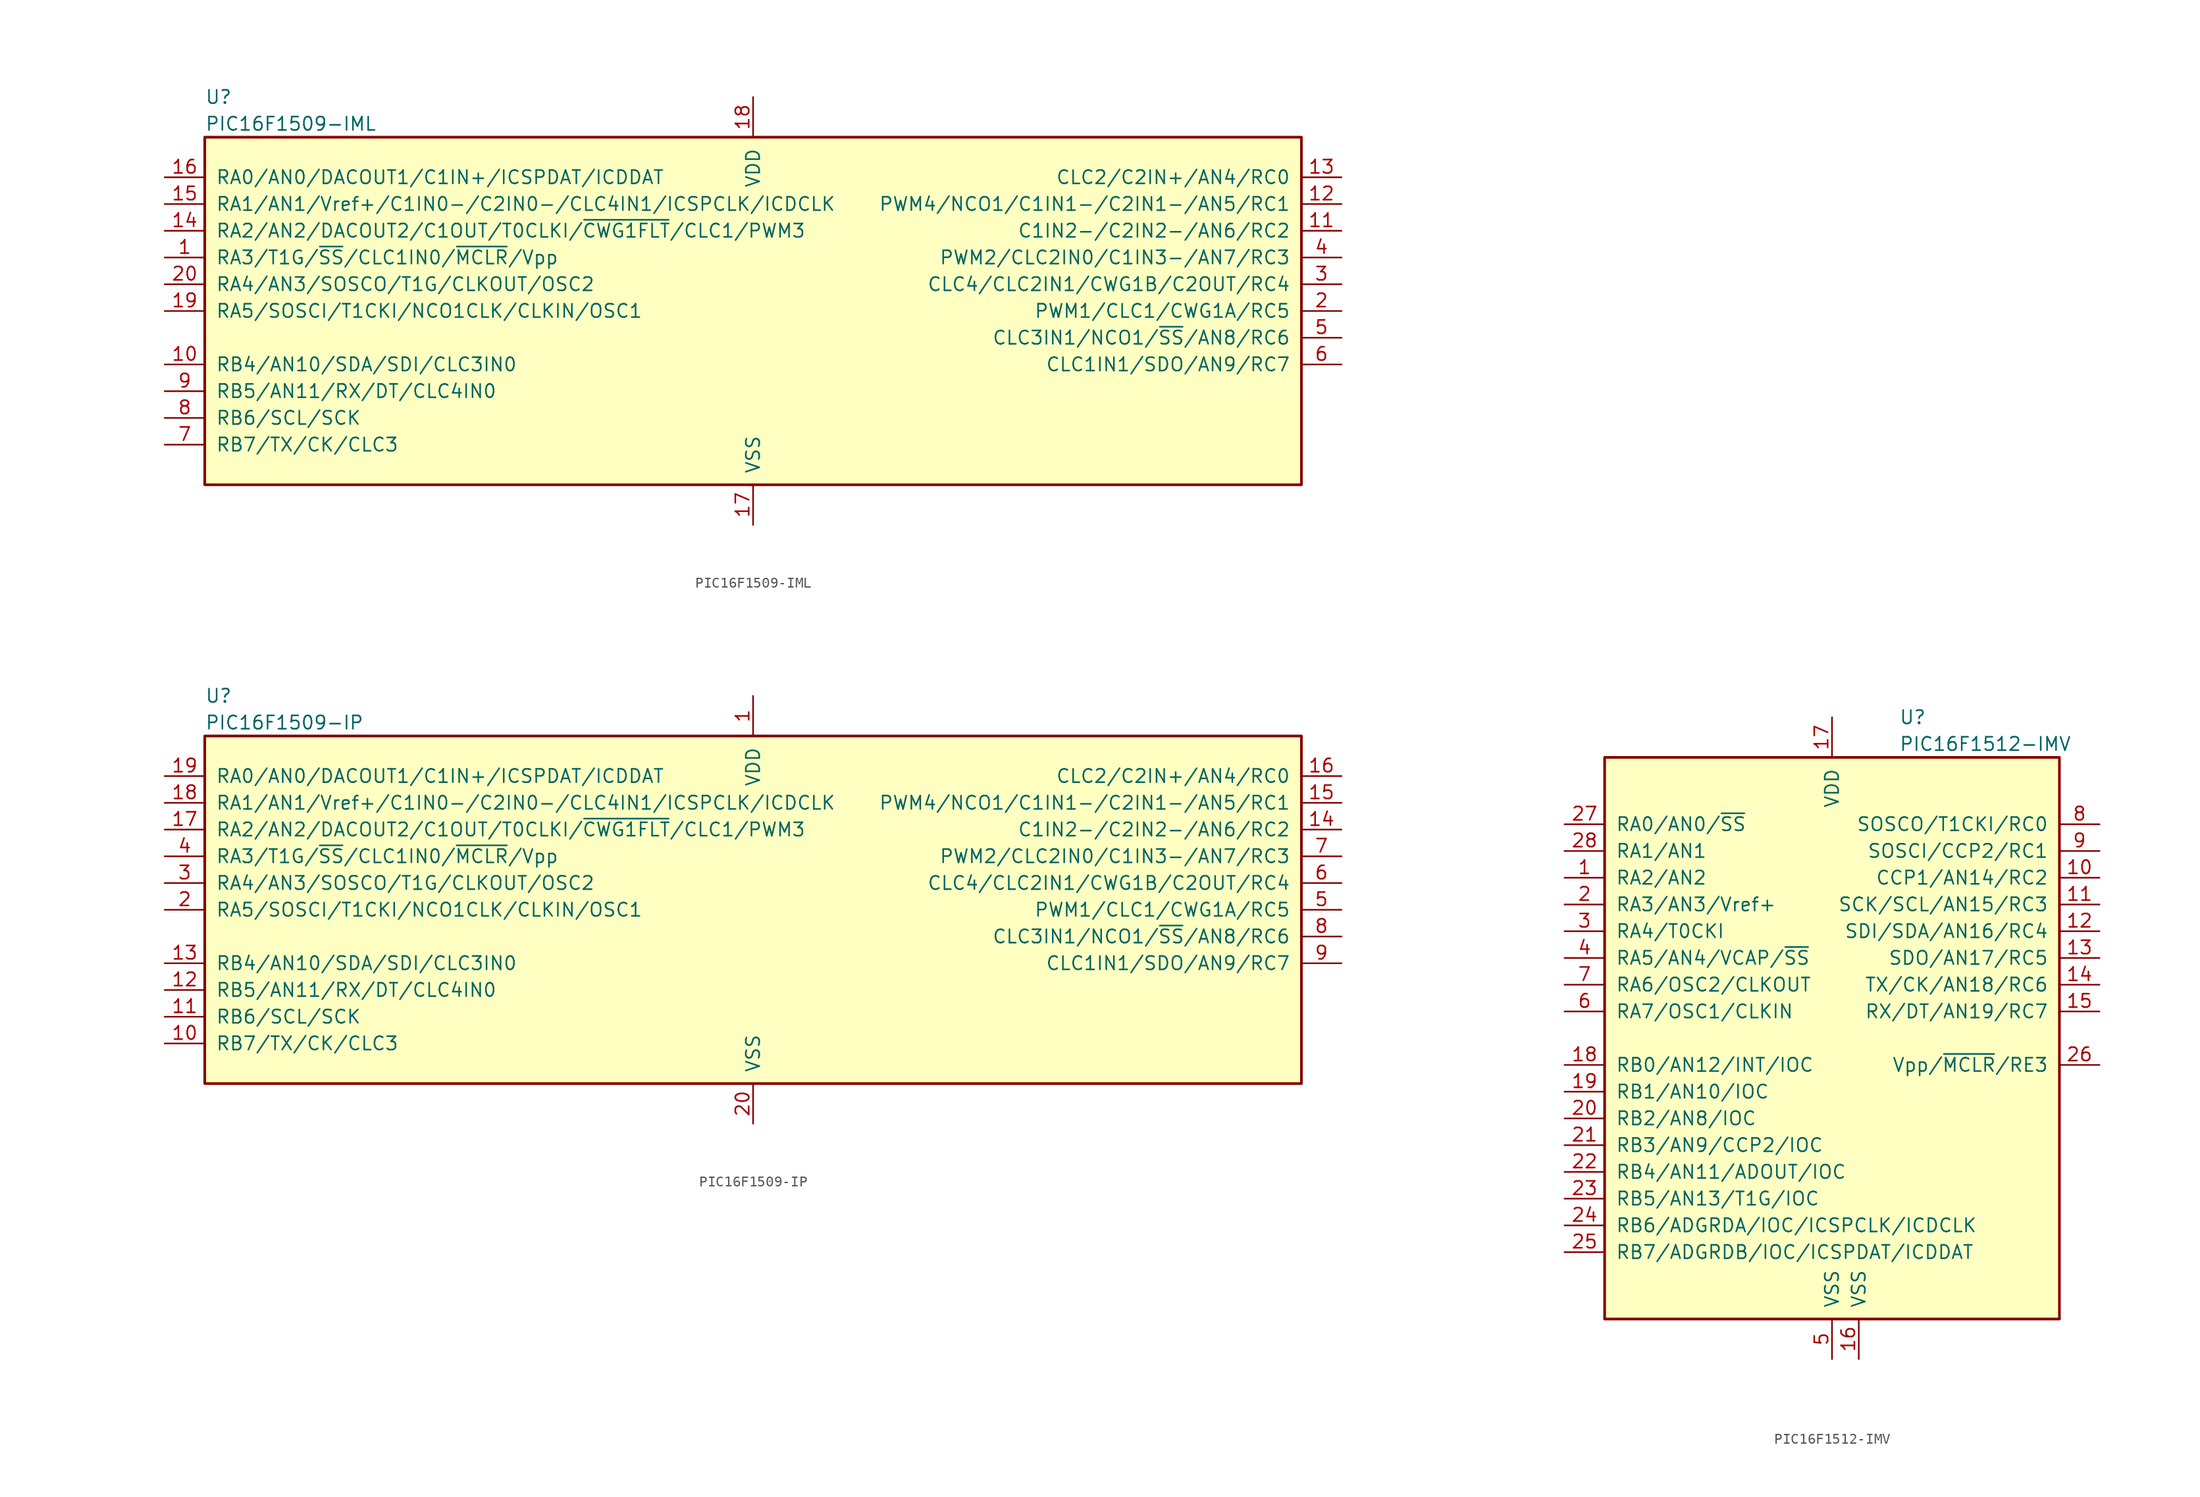
<source format=kicad_sym>
(kicad_symbol_lib
  (version 20201005)
  (generator kicad_symbol_editor)
  (symbol "MCU_Microchip_PIC16:PIC16F1509-IML"
    (pin_names
      (offset 1.016))
    (property "Reference" "U"
      (at -52.07 20.32 0)
      (effects (font (size 1.27 1.27)) (justify left)))
    (property "Value" "PIC16F1509-IML"
      (at -52.07 17.78 0)
      (effects (font (size 1.27 1.27)) (justify left)))
    (symbol "PIC16F1509-IML_0_1"
      (rectangle (start -52.07 16.51) (end 52.07 -16.51) (stroke (width 0.254)) (fill (type background))))
    (symbol "PIC16F1509-IML_1_1"
      (pin input line (at -55.88 5.08 0) (length 3.81) (name "RA3/T1G/~SS~/CLC1IN0/~MCLR~/Vpp" (effects (font (size 1.27 1.27)))) (number "1" (effects (font (size 1.27 1.27)))))
      (pin bidirectional line (at -55.88 -5.08 0) (length 3.81) (name "RB4/AN10/SDA/SDI/CLC3IN0" (effects (font (size 1.27 1.27)))) (number "10" (effects (font (size 1.27 1.27)))))
      (pin bidirectional line (at 55.88 7.62 180) (length 3.81) (name "C1IN2-/C2IN2-/AN6/RC2" (effects (font (size 1.27 1.27)))) (number "11" (effects (font (size 1.27 1.27)))))
      (pin bidirectional line (at 55.88 10.16 180) (length 3.81) (name "PWM4/NCO1/C1IN1-/C2IN1-/AN5/RC1" (effects (font (size 1.27 1.27)))) (number "12" (effects (font (size 1.27 1.27)))))
      (pin bidirectional line (at 55.88 12.7 180) (length 3.81) (name "CLC2/C2IN+/AN4/RC0" (effects (font (size 1.27 1.27)))) (number "13" (effects (font (size 1.27 1.27)))))
      (pin bidirectional line (at -55.88 7.62 0) (length 3.81) (name "RA2/AN2/DACOUT2/C1OUT/T0CLKI/~CWG1FLT~/CLC1/PWM3" (effects (font (size 1.27 1.27)))) (number "14" (effects (font (size 1.27 1.27)))))
      (pin bidirectional line (at -55.88 10.16 0) (length 3.81) (name "RA1/AN1/Vref+/C1IN0-/C2IN0-/CLC4IN1/ICSPCLK/ICDCLK" (effects (font (size 1.27 1.27)))) (number "15" (effects (font (size 1.27 1.27)))))
      (pin bidirectional line (at -55.88 12.7 0) (length 3.81) (name "RA0/AN0/DACOUT1/C1IN+/ICSPDAT/ICDDAT" (effects (font (size 1.27 1.27)))) (number "16" (effects (font (size 1.27 1.27)))))
      (pin power_in line (at 0 -20.32 90) (length 3.81) (name "VSS" (effects (font (size 1.27 1.27)))) (number "17" (effects (font (size 1.27 1.27)))))
      (pin power_in line (at 0 20.32 270) (length 3.81) (name "VDD" (effects (font (size 1.27 1.27)))) (number "18" (effects (font (size 1.27 1.27)))))
      (pin bidirectional line (at -55.88 0 0) (length 3.81) (name "RA5/SOSCI/T1CKI/NCO1CLK/CLKIN/OSC1" (effects (font (size 1.27 1.27)))) (number "19" (effects (font (size 1.27 1.27)))))
      (pin bidirectional line (at 55.88 0 180) (length 3.81) (name "PWM1/CLC1/CWG1A/RC5" (effects (font (size 1.27 1.27)))) (number "2" (effects (font (size 1.27 1.27)))))
      (pin bidirectional line (at -55.88 2.54 0) (length 3.81) (name "RA4/AN3/SOSCO/T1G/CLKOUT/OSC2" (effects (font (size 1.27 1.27)))) (number "20" (effects (font (size 1.27 1.27)))))
      (pin bidirectional line (at 55.88 2.54 180) (length 3.81) (name "CLC4/CLC2IN1/CWG1B/C2OUT/RC4" (effects (font (size 1.27 1.27)))) (number "3" (effects (font (size 1.27 1.27)))))
      (pin bidirectional line (at 55.88 5.08 180) (length 3.81) (name "PWM2/CLC2IN0/C1IN3-/AN7/RC3" (effects (font (size 1.27 1.27)))) (number "4" (effects (font (size 1.27 1.27)))))
      (pin bidirectional line (at 55.88 -2.54 180) (length 3.81) (name "CLC3IN1/NCO1/~SS~/AN8/RC6" (effects (font (size 1.27 1.27)))) (number "5" (effects (font (size 1.27 1.27)))))
      (pin bidirectional line (at 55.88 -5.08 180) (length 3.81) (name "CLC1IN1/SDO/AN9/RC7" (effects (font (size 1.27 1.27)))) (number "6" (effects (font (size 1.27 1.27)))))
      (pin bidirectional line (at -55.88 -12.7 0) (length 3.81) (name "RB7/TX/CK/CLC3" (effects (font (size 1.27 1.27)))) (number "7" (effects (font (size 1.27 1.27)))))
      (pin bidirectional line (at -55.88 -10.16 0) (length 3.81) (name "RB6/SCL/SCK" (effects (font (size 1.27 1.27)))) (number "8" (effects (font (size 1.27 1.27)))))
      (pin bidirectional line (at -55.88 -7.62 0) (length 3.81) (name "RB5/AN11/RX/DT/CLC4IN0" (effects (font (size 1.27 1.27)))) (number "9" (effects (font (size 1.27 1.27)))))))
  (symbol "MCU_Microchip_PIC16:PIC16F1509-IP"
    (pin_names
      (offset 1.016))
    (property "Reference" "U"
      (at -52.07 20.32 0)
      (effects (font (size 1.27 1.27)) (justify left)))
    (property "Value" "PIC16F1509-IP"
      (at -52.07 17.78 0)
      (effects (font (size 1.27 1.27)) (justify left)))
    (symbol "PIC16F1509-IP_0_1"
      (rectangle (start -52.07 16.51) (end 52.07 -16.51) (stroke (width 0.254)) (fill (type background))))
    (symbol "PIC16F1509-IP_1_1"
      (pin power_in line (at 0 20.32 270) (length 3.81) (name "VDD" (effects (font (size 1.27 1.27)))) (number "1" (effects (font (size 1.27 1.27)))))
      (pin bidirectional line (at -55.88 -12.7 0) (length 3.81) (name "RB7/TX/CK/CLC3" (effects (font (size 1.27 1.27)))) (number "10" (effects (font (size 1.27 1.27)))))
      (pin bidirectional line (at -55.88 -10.16 0) (length 3.81) (name "RB6/SCL/SCK" (effects (font (size 1.27 1.27)))) (number "11" (effects (font (size 1.27 1.27)))))
      (pin bidirectional line (at -55.88 -7.62 0) (length 3.81) (name "RB5/AN11/RX/DT/CLC4IN0" (effects (font (size 1.27 1.27)))) (number "12" (effects (font (size 1.27 1.27)))))
      (pin bidirectional line (at -55.88 -5.08 0) (length 3.81) (name "RB4/AN10/SDA/SDI/CLC3IN0" (effects (font (size 1.27 1.27)))) (number "13" (effects (font (size 1.27 1.27)))))
      (pin bidirectional line (at 55.88 7.62 180) (length 3.81) (name "C1IN2-/C2IN2-/AN6/RC2" (effects (font (size 1.27 1.27)))) (number "14" (effects (font (size 1.27 1.27)))))
      (pin bidirectional line (at 55.88 10.16 180) (length 3.81) (name "PWM4/NCO1/C1IN1-/C2IN1-/AN5/RC1" (effects (font (size 1.27 1.27)))) (number "15" (effects (font (size 1.27 1.27)))))
      (pin bidirectional line (at 55.88 12.7 180) (length 3.81) (name "CLC2/C2IN+/AN4/RC0" (effects (font (size 1.27 1.27)))) (number "16" (effects (font (size 1.27 1.27)))))
      (pin bidirectional line (at -55.88 7.62 0) (length 3.81) (name "RA2/AN2/DACOUT2/C1OUT/T0CLKI/~CWG1FLT~/CLC1/PWM3" (effects (font (size 1.27 1.27)))) (number "17" (effects (font (size 1.27 1.27)))))
      (pin bidirectional line (at -55.88 10.16 0) (length 3.81) (name "RA1/AN1/Vref+/C1IN0-/C2IN0-/CLC4IN1/ICSPCLK/ICDCLK" (effects (font (size 1.27 1.27)))) (number "18" (effects (font (size 1.27 1.27)))))
      (pin bidirectional line (at -55.88 12.7 0) (length 3.81) (name "RA0/AN0/DACOUT1/C1IN+/ICSPDAT/ICDDAT" (effects (font (size 1.27 1.27)))) (number "19" (effects (font (size 1.27 1.27)))))
      (pin bidirectional line (at -55.88 0 0) (length 3.81) (name "RA5/SOSCI/T1CKI/NCO1CLK/CLKIN/OSC1" (effects (font (size 1.27 1.27)))) (number "2" (effects (font (size 1.27 1.27)))))
      (pin power_in line (at 0 -20.32 90) (length 3.81) (name "VSS" (effects (font (size 1.27 1.27)))) (number "20" (effects (font (size 1.27 1.27)))))
      (pin bidirectional line (at -55.88 2.54 0) (length 3.81) (name "RA4/AN3/SOSCO/T1G/CLKOUT/OSC2" (effects (font (size 1.27 1.27)))) (number "3" (effects (font (size 1.27 1.27)))))
      (pin input line (at -55.88 5.08 0) (length 3.81) (name "RA3/T1G/~SS~/CLC1IN0/~MCLR~/Vpp" (effects (font (size 1.27 1.27)))) (number "4" (effects (font (size 1.27 1.27)))))
      (pin bidirectional line (at 55.88 0 180) (length 3.81) (name "PWM1/CLC1/CWG1A/RC5" (effects (font (size 1.27 1.27)))) (number "5" (effects (font (size 1.27 1.27)))))
      (pin bidirectional line (at 55.88 2.54 180) (length 3.81) (name "CLC4/CLC2IN1/CWG1B/C2OUT/RC4" (effects (font (size 1.27 1.27)))) (number "6" (effects (font (size 1.27 1.27)))))
      (pin bidirectional line (at 55.88 5.08 180) (length 3.81) (name "PWM2/CLC2IN0/C1IN3-/AN7/RC3" (effects (font (size 1.27 1.27)))) (number "7" (effects (font (size 1.27 1.27)))))
      (pin bidirectional line (at 55.88 -2.54 180) (length 3.81) (name "CLC3IN1/NCO1/~SS~/AN8/RC6" (effects (font (size 1.27 1.27)))) (number "8" (effects (font (size 1.27 1.27)))))
      (pin bidirectional line (at 55.88 -5.08 180) (length 3.81) (name "CLC1IN1/SDO/AN9/RC7" (effects (font (size 1.27 1.27)))) (number "9" (effects (font (size 1.27 1.27)))))))
  (symbol "MCU_Microchip_PIC16:PIC16F1512-IMV"
    (pin_names
      (offset 1.016))
    (property "Reference" "U"
      (at 6.35 30.48 0)
      (effects (font (size 1.27 1.27)) (justify left)))
    (property "Value" "PIC16F1512-IMV"
      (at 6.35 27.94 0)
      (effects (font (size 1.27 1.27)) (justify left)))
    (symbol "PIC16F1512-IMV_0_1"
      (rectangle (start -21.59 26.67) (end 21.59 -26.67) (stroke (width 0.254)) (fill (type background))))
    (symbol "PIC16F1512-IMV_1_1"
      (pin bidirectional line (at -25.4 15.24 0) (length 3.81) (name "RA2/AN2" (effects (font (size 1.27 1.27)))) (number "1" (effects (font (size 1.27 1.27)))))
      (pin bidirectional line (at 25.4 15.24 180) (length 3.81) (name "CCP1/AN14/RC2" (effects (font (size 1.27 1.27)))) (number "10" (effects (font (size 1.27 1.27)))))
      (pin bidirectional line (at 25.4 12.7 180) (length 3.81) (name "SCK/SCL/AN15/RC3" (effects (font (size 1.27 1.27)))) (number "11" (effects (font (size 1.27 1.27)))))
      (pin bidirectional line (at 25.4 10.16 180) (length 3.81) (name "SDI/SDA/AN16/RC4" (effects (font (size 1.27 1.27)))) (number "12" (effects (font (size 1.27 1.27)))))
      (pin bidirectional line (at 25.4 7.62 180) (length 3.81) (name "SDO/AN17/RC5" (effects (font (size 1.27 1.27)))) (number "13" (effects (font (size 1.27 1.27)))))
      (pin bidirectional line (at 25.4 5.08 180) (length 3.81) (name "TX/CK/AN18/RC6" (effects (font (size 1.27 1.27)))) (number "14" (effects (font (size 1.27 1.27)))))
      (pin bidirectional line (at 25.4 2.54 180) (length 3.81) (name "RX/DT/AN19/RC7" (effects (font (size 1.27 1.27)))) (number "15" (effects (font (size 1.27 1.27)))))
      (pin power_in line (at 2.54 -30.48 90) (length 3.81) (name "VSS" (effects (font (size 1.27 1.27)))) (number "16" (effects (font (size 1.27 1.27)))))
      (pin power_in line (at 0 30.48 270) (length 3.81) (name "VDD" (effects (font (size 1.27 1.27)))) (number "17" (effects (font (size 1.27 1.27)))))
      (pin bidirectional line (at -25.4 -2.54 0) (length 3.81) (name "RB0/AN12/INT/IOC" (effects (font (size 1.27 1.27)))) (number "18" (effects (font (size 1.27 1.27)))))
      (pin bidirectional line (at -25.4 -5.08 0) (length 3.81) (name "RB1/AN10/IOC" (effects (font (size 1.27 1.27)))) (number "19" (effects (font (size 1.27 1.27)))))
      (pin bidirectional line (at -25.4 12.7 0) (length 3.81) (name "RA3/AN3/Vref+" (effects (font (size 1.27 1.27)))) (number "2" (effects (font (size 1.27 1.27)))))
      (pin bidirectional line (at -25.4 -7.62 0) (length 3.81) (name "RB2/AN8/IOC" (effects (font (size 1.27 1.27)))) (number "20" (effects (font (size 1.27 1.27)))))
      (pin bidirectional line (at -25.4 -10.16 0) (length 3.81) (name "RB3/AN9/CCP2/IOC" (effects (font (size 1.27 1.27)))) (number "21" (effects (font (size 1.27 1.27)))))
      (pin bidirectional line (at -25.4 -12.7 0) (length 3.81) (name "RB4/AN11/ADOUT/IOC" (effects (font (size 1.27 1.27)))) (number "22" (effects (font (size 1.27 1.27)))))
      (pin bidirectional line (at -25.4 -15.24 0) (length 3.81) (name "RB5/AN13/T1G/IOC" (effects (font (size 1.27 1.27)))) (number "23" (effects (font (size 1.27 1.27)))))
      (pin bidirectional line (at -25.4 -17.78 0) (length 3.81) (name "RB6/ADGRDA/IOC/ICSPCLK/ICDCLK" (effects (font (size 1.27 1.27)))) (number "24" (effects (font (size 1.27 1.27)))))
      (pin bidirectional line (at -25.4 -20.32 0) (length 3.81) (name "RB7/ADGRDB/IOC/ICSPDAT/ICDDAT" (effects (font (size 1.27 1.27)))) (number "25" (effects (font (size 1.27 1.27)))))
      (pin input line (at 25.4 -2.54 180) (length 3.81) (name "Vpp/~MCLR~/RE3" (effects (font (size 1.27 1.27)))) (number "26" (effects (font (size 1.27 1.27)))))
      (pin bidirectional line (at -25.4 20.32 0) (length 3.81) (name "RA0/AN0/~SS" (effects (font (size 1.27 1.27)))) (number "27" (effects (font (size 1.27 1.27)))))
      (pin bidirectional line (at -25.4 17.78 0) (length 3.81) (name "RA1/AN1" (effects (font (size 1.27 1.27)))) (number "28" (effects (font (size 1.27 1.27)))))
      (pin bidirectional line (at -25.4 10.16 0) (length 3.81) (name "RA4/T0CKI" (effects (font (size 1.27 1.27)))) (number "3" (effects (font (size 1.27 1.27)))))
      (pin bidirectional line (at -25.4 7.62 0) (length 3.81) (name "RA5/AN4/VCAP/~SS" (effects (font (size 1.27 1.27)))) (number "4" (effects (font (size 1.27 1.27)))))
      (pin power_in line (at 0 -30.48 90) (length 3.81) (name "VSS" (effects (font (size 1.27 1.27)))) (number "5" (effects (font (size 1.27 1.27)))))
      (pin bidirectional line (at -25.4 2.54 0) (length 3.81) (name "RA7/OSC1/CLKIN" (effects (font (size 1.27 1.27)))) (number "6" (effects (font (size 1.27 1.27)))))
      (pin bidirectional line (at -25.4 5.08 0) (length 3.81) (name "RA6/OSC2/CLKOUT" (effects (font (size 1.27 1.27)))) (number "7" (effects (font (size 1.27 1.27)))))
      (pin bidirectional line (at 25.4 20.32 180) (length 3.81) (name "SOSCO/T1CKI/RC0" (effects (font (size 1.27 1.27)))) (number "8" (effects (font (size 1.27 1.27)))))
      (pin bidirectional line (at 25.4 17.78 180) (length 3.81) (name "SOSCI/CCP2/RC1" (effects (font (size 1.27 1.27)))) (number "9" (effects (font (size 1.27 1.27))))))))
</source>
